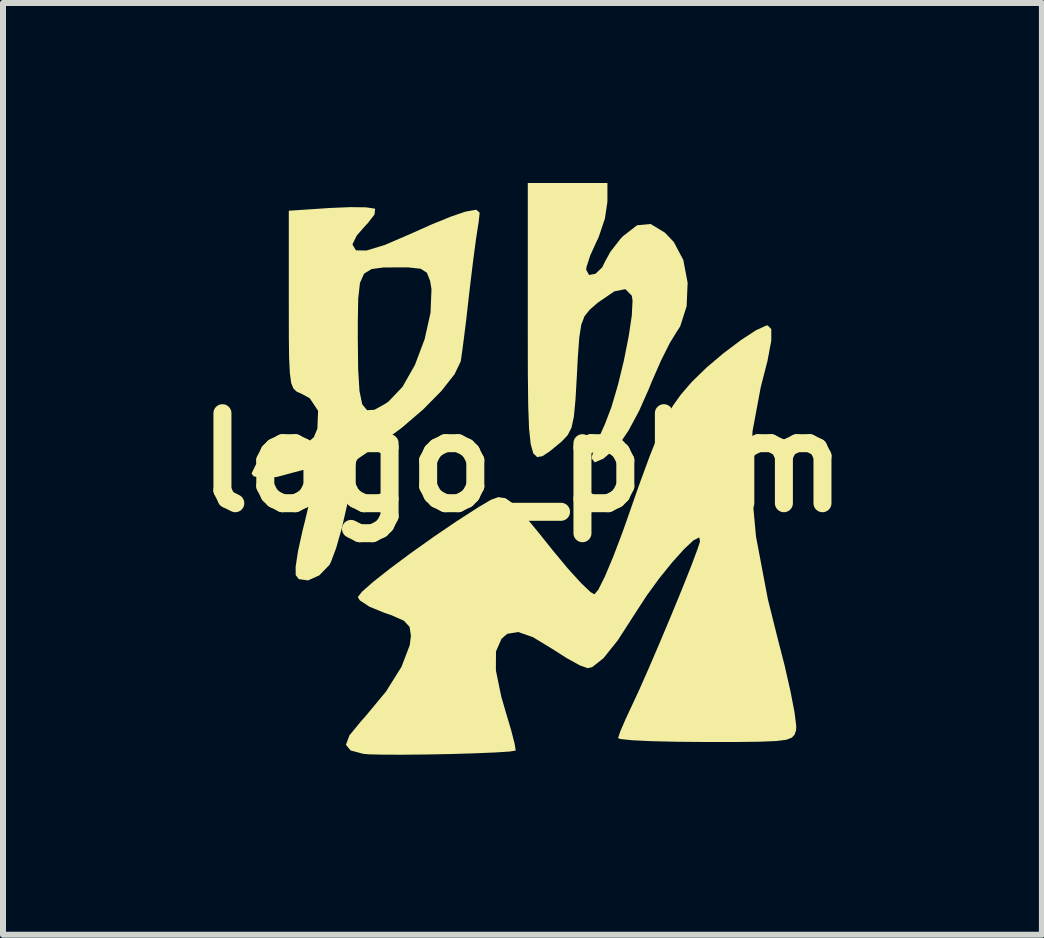
<source format=kicad_pcb>
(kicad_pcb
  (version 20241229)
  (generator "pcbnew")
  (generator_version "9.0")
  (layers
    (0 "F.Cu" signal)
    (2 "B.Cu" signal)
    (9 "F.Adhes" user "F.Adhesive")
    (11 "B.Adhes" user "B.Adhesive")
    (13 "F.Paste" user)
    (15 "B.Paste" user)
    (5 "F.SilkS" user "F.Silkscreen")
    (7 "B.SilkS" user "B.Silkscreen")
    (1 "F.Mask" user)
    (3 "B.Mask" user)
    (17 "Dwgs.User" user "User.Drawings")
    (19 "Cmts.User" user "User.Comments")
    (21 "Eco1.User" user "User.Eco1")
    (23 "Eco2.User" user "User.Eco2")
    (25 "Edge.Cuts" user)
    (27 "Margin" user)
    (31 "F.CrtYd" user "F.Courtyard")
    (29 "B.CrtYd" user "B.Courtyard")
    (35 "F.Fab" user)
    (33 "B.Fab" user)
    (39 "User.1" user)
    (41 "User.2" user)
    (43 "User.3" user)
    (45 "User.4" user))
  (footprint "logo_phm"
    (layer "F.Cu")
    (at 5.657 4.658)
    (property "Reference" "logo_phm" (at 0 0 0) (layer "F.SilkS") (effects (font (size 1.5 1.5) (thickness 0.3))))
    (attr board_only exclude_from_pos_files exclude_from_bom)
    (fp_poly (pts (xy 1.416 -4.347) (xy 1.374 -4.064) (xy 1.27 -3.756) (xy 1.239 -3.691) (xy 1.129 -3.449) (xy 1.067 -3.256) (xy 1.062 -3.214) (xy 1.11 -3.125) (xy 1.218 -3.146) (xy 1.33 -3.253) (xy 1.373 -3.343) (xy 1.466 -3.512) (xy 1.629 -3.722) (xy 1.673 -3.77) (xy 1.91 -3.954) (xy 2.136 -3.975) (xy 2.375 -3.83) (xy 2.523 -3.674) (xy 2.681 -3.375) (xy 2.753 -2.995) (xy 2.736 -2.604) (xy 2.629 -2.269) (xy 2.569 -2.176) (xy 2.456 -1.992) (xy 2.309 -1.698) (xy 2.155 -1.347) (xy 2.108 -1.23) (xy 1.946 -0.865) (xy 1.769 -0.534) (xy 1.608 -0.296) (xy 1.568 -0.252) (xy 1.349 -0.064) (xy 1.204 -0.002) (xy 1.151 -0.073) (xy 1.151 -0.077) (xy 1.185 -0.193) (xy 1.274 -0.415) (xy 1.375 -0.641) (xy 1.484 -0.927) (xy 1.592 -1.295) (xy 1.691 -1.701) (xy 1.77 -2.1) (xy 1.822 -2.447) (xy 1.835 -2.697) (xy 1.822 -2.78) (xy 1.715 -2.889) (xy 1.531 -2.852) (xy 1.26 -2.667) (xy 1.249 -2.658) (xy 1.12 -2.545) (xy 1.034 -2.437) (xy 0.98 -2.296) (xy 0.947 -2.082) (xy 0.923 -1.756) (xy 0.908 -1.468) (xy 0.884 -1.048) (xy 0.857 -0.764) (xy 0.817 -0.58) (xy 0.754 -0.456) (xy 0.658 -0.354) (xy 0.6 -0.305) (xy 0.451 -0.183) (xy 0.334 -0.106) (xy 0.246 -0.09) (xy 0.181 -0.151) (xy 0.138 -0.304) (xy 0.11 -0.566) (xy 0.096 -0.951) (xy 0.09 -1.476) (xy 0.089 -2.157) (xy 0.089 -2.373) (xy 0.089 -4.658) (xy 0.752 -4.658) (xy 1.416 -4.658)) (stroke (width 0) (type solid)) (fill yes) (layer "F.SilkS"))
    (fp_poly (pts (xy -2.611 -4.253) (xy -2.466 -4.232) (xy -2.455 -4.226) (xy -2.466 -4.132) (xy -2.583 -3.982) (xy -2.61 -3.956) (xy -2.761 -3.783) (xy -2.831 -3.641) (xy -2.832 -3.632) (xy -2.775 -3.536) (xy -2.599 -3.533) (xy -2.294 -3.626) (xy -1.852 -3.816) (xy -1.846 -3.819) (xy -1.503 -3.972) (xy -1.19 -4.099) (xy -0.966 -4.176) (xy -0.94 -4.183) (xy -0.77 -4.213) (xy -0.713 -4.162) (xy -0.732 -3.988) (xy -0.74 -3.946) (xy -0.773 -3.729) (xy -0.818 -3.392) (xy -0.867 -2.992) (xy -0.893 -2.769) (xy -0.938 -2.371) (xy -0.982 -2.021) (xy -1.016 -1.767) (xy -1.03 -1.682) (xy -1.132 -1.47) (xy -1.35 -1.193) (xy -1.655 -0.884) (xy -2.013 -0.577) (xy -2.292 -0.371) (xy -2.769 -0.044) (xy -2.927 0.731) (xy -3.013 1.105) (xy -3.107 1.432) (xy -3.192 1.659) (xy -3.218 1.708) (xy -3.386 1.881) (xy -3.573 1.965) (xy -3.726 1.944) (xy -3.779 1.877) (xy -3.78 1.737) (xy -3.74 1.475) (xy -3.666 1.139) (xy -3.63 0.997) (xy -3.53 0.578) (xy -3.496 0.305) (xy -3.535 0.16) (xy -3.65 0.122) (xy -3.841 0.173) (xy -4.096 0.241) (xy -4.328 0.26) (xy -4.482 0.229) (xy -4.514 0.182) (xy -4.438 0.025) (xy -4.256 -0.111) (xy -4.036 -0.175) (xy -4.015 -0.176) (xy -3.687 -0.24) (xy -3.476 -0.423) (xy -3.418 -0.562) (xy -3.406 -0.862) (xy -3.546 -1.072) (xy -3.685 -1.147) (xy -3.761 -1.18) (xy -3.816 -1.231) (xy -3.854 -1.324) (xy -3.876 -1.487) (xy -3.889 -1.746) (xy -3.893 -2.071) (xy -2.744 -2.071) (xy -2.738 -1.552) (xy -2.716 -1.191) (xy -2.67 -0.97) (xy -2.59 -0.872) (xy -2.467 -0.879) (xy -2.294 -0.974) (xy -2.231 -1.017) (xy -1.999 -1.261) (xy -1.792 -1.626) (xy -1.63 -2.056) (xy -1.532 -2.495) (xy -1.516 -2.888) (xy -1.539 -3.026) (xy -1.592 -3.162) (xy -1.695 -3.229) (xy -1.9 -3.251) (xy -2.03 -3.252) (xy -2.317 -3.25) (xy -2.514 -3.224) (xy -2.639 -3.148) (xy -2.708 -2.993) (xy -2.737 -2.732) (xy -2.744 -2.337) (xy -2.744 -2.071) (xy -3.893 -2.071) (xy -3.893 -2.125) (xy -3.894 -2.652) (xy -3.894 -2.711) (xy -3.894 -4.196) (xy -3.208 -4.242) (xy -2.874 -4.256)) (stroke (width 0) (type solid)) (fill yes) (layer "F.SilkS"))
    (fp_poly (pts (xy 4.147 -2.223) (xy 4.147 -2.03) (xy 4.084 -1.694) (xy 3.971 -1.254) (xy 3.834 -0.519) (xy 3.808 0.306) (xy 3.892 1.232) (xy 4.089 2.273) (xy 4.245 2.899) (xy 4.368 3.378) (xy 4.466 3.809) (xy 4.534 4.158) (xy 4.563 4.391) (xy 4.561 4.459) (xy 4.537 4.532) (xy 4.491 4.585) (xy 4.397 4.621) (xy 4.229 4.642) (xy 3.961 4.653) (xy 3.567 4.658) (xy 3.052 4.658) (xy 2.566 4.654) (xy 2.149 4.644) (xy 1.829 4.629) (xy 1.637 4.609) (xy 1.593 4.594) (xy 1.629 4.485) (xy 1.721 4.272) (xy 1.807 4.088) (xy 1.941 3.8) (xy 2.109 3.42) (xy 2.295 2.986) (xy 2.485 2.534) (xy 2.662 2.103) (xy 2.811 1.728) (xy 2.916 1.448) (xy 2.959 1.318) (xy 2.947 1.248) (xy 2.852 1.296) (xy 2.696 1.441) (xy 2.499 1.66) (xy 2.282 1.928) (xy 2.067 2.224) (xy 1.884 2.505) (xy 1.589 2.963) (xy 1.35 3.262) (xy 1.164 3.409) (xy 1.089 3.428) (xy 0.956 3.381) (xy 0.734 3.258) (xy 0.519 3.12) (xy 0.176 2.911) (xy -0.072 2.825) (xy -0.253 2.855) (xy -0.349 2.938) (xy -0.441 3.148) (xy -0.443 3.463) (xy -0.353 3.901) (xy -0.276 4.166) (xy -0.187 4.465) (xy -0.129 4.691) (xy -0.113 4.799) (xy -0.115 4.801) (xy -0.213 4.817) (xy -0.449 4.832) (xy -0.783 4.846) (xy -1.178 4.858) (xy -1.593 4.866) (xy -1.989 4.87) (xy -2.327 4.869) (xy -2.569 4.863) (xy -2.655 4.855) (xy -2.866 4.798) (xy -2.942 4.703) (xy -2.883 4.547) (xy -2.687 4.308) (xy -2.632 4.248) (xy -2.274 3.817) (xy -2.016 3.405) (xy -1.878 3.044) (xy -1.859 2.887) (xy -1.881 2.739) (xy -1.976 2.637) (xy -2.185 2.544) (xy -2.301 2.505) (xy -2.55 2.403) (xy -2.71 2.298) (xy -2.744 2.243) (xy -2.674 2.153) (xy -2.486 1.988) (xy -2.205 1.766) (xy -1.861 1.51) (xy -1.481 1.24) (xy -1.093 0.976) (xy -0.726 0.74) (xy -0.683 0.715) (xy -0.527 0.622) (xy -0.402 0.577) (xy -0.283 0.595) (xy -0.146 0.692) (xy 0.034 0.883) (xy 0.282 1.185) (xy 0.507 1.466) (xy 0.757 1.767) (xy 0.975 2.007) (xy 1.134 2.159) (xy 1.199 2.197) (xy 1.265 2.118) (xy 1.373 1.902) (xy 1.511 1.575) (xy 1.665 1.169) (xy 1.729 0.989) (xy 1.944 0.375) (xy 2.118 -0.099) (xy 2.261 -0.459) (xy 2.387 -0.733) (xy 2.508 -0.947) (xy 2.637 -1.128) (xy 2.787 -1.303) (xy 2.833 -1.354) (xy 3.071 -1.585) (xy 3.354 -1.824) (xy 3.641 -2.04) (xy 3.89 -2.203) (xy 4.062 -2.282) (xy 4.086 -2.285)) (stroke (width 0) (type solid)) (fill yes) (layer "F.SilkS")))
  (gr_rect
    (start -3 -3)
    (end 14.314 12.528)
    (stroke (width 0.1) (type default))
    (fill no)
    (layer "Edge.Cuts")))
</source>
